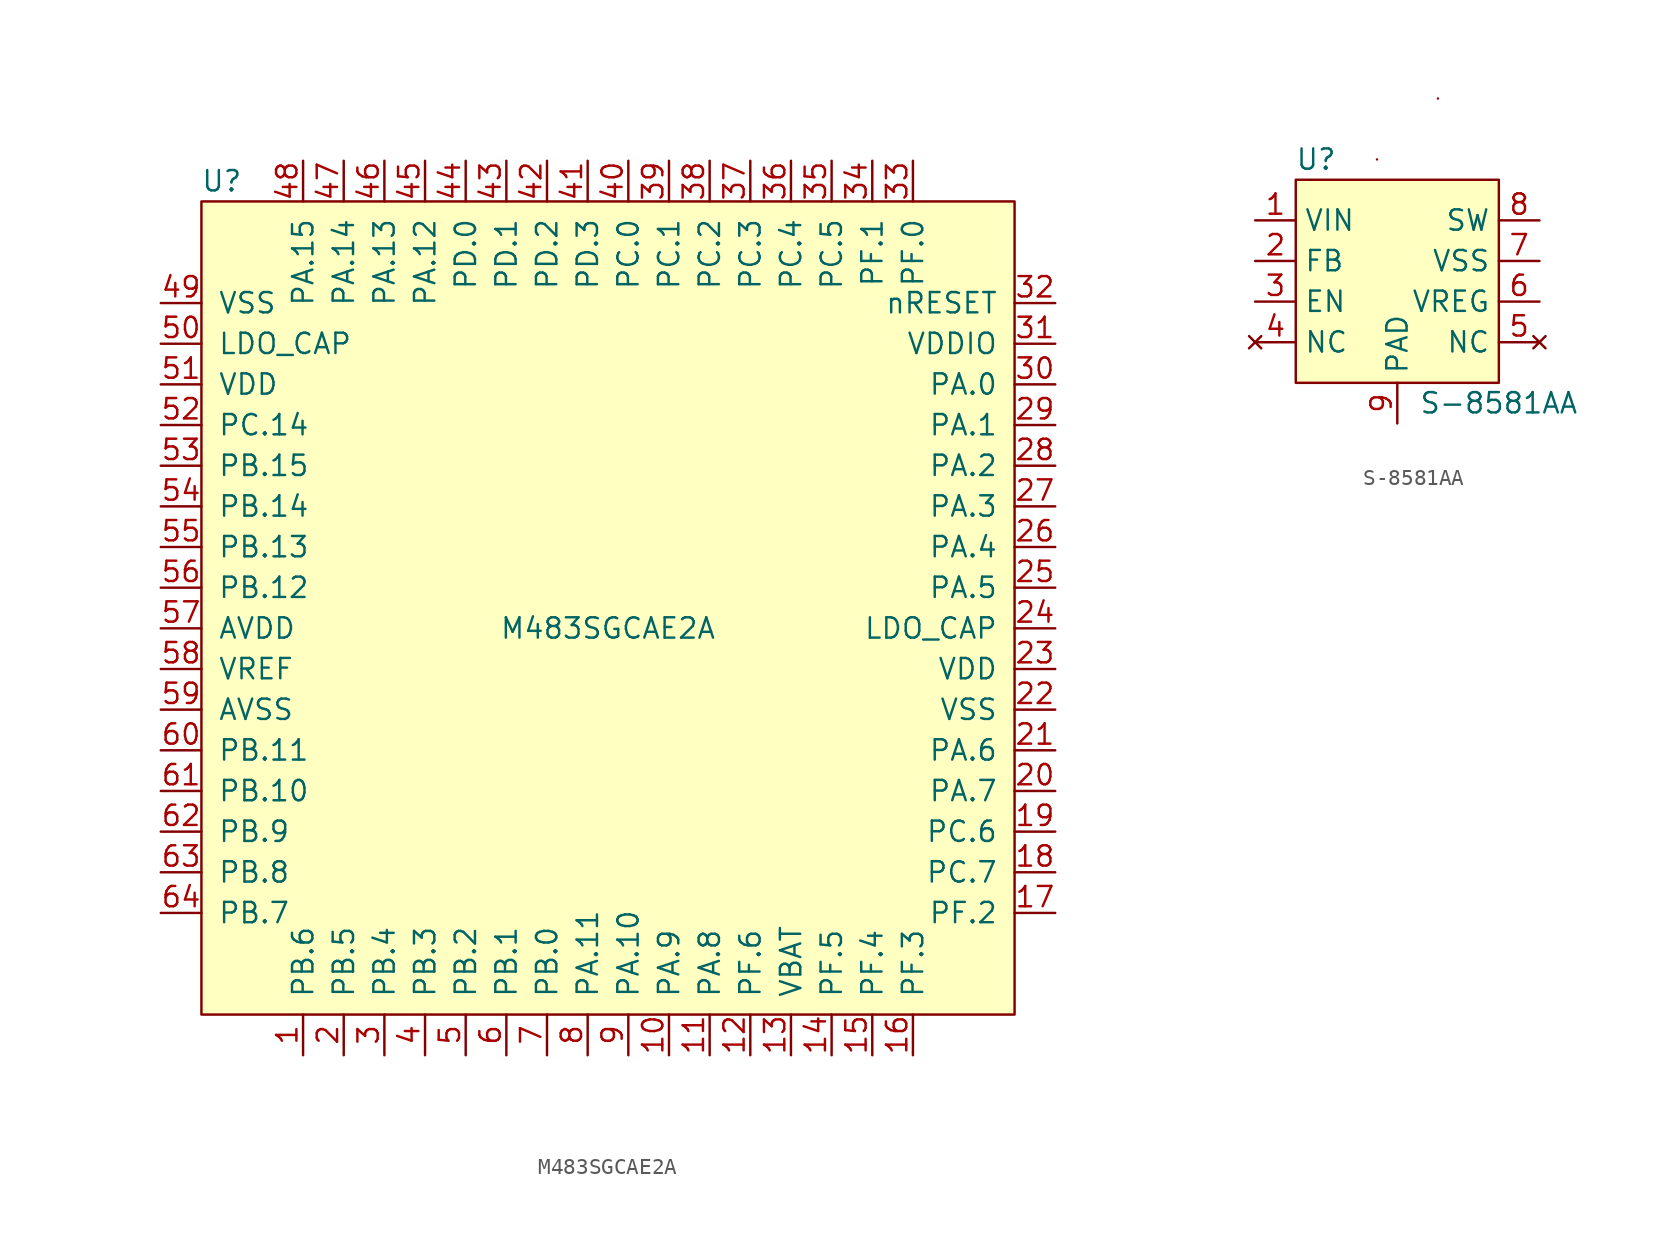
<source format=kicad_sym>
(kicad_symbol_lib
  (version 20211014)
  (generator kicad_symbol_editor)
  (symbol "M483SGCAE2A"
    (pin_names
      (offset 1.016))
    (property "Reference" "U"
      (at 1.27 1.27 0)
      (effects (font (size 1.27 1.27))))
    (property "Value" "M483SGCAE2A"
      (at 25.4 -26.67 0)
      (effects (font (size 1.27 1.27))))
    (symbol "M483SGCAE2A_0_1"
      (rectangle (start 0 0) (end 50.8 -50.8) (stroke (width 0) (type default) (color 0 0 0 0)) (fill (type background))))
    (symbol "M483SGCAE2A_1_1"
      (pin bidirectional line (at 6.35 -53.34 90) (length 2.54) (name "PB.6" (effects (font (size 1.27 1.27)))) (number "1" (effects (font (size 1.27 1.27)))))
      (pin bidirectional line (at 29.21 -53.34 90) (length 2.54) (name "PA.9" (effects (font (size 1.27 1.27)))) (number "10" (effects (font (size 1.27 1.27)))))
      (pin bidirectional line (at 31.75 -53.34 90) (length 2.54) (name "PA.8" (effects (font (size 1.27 1.27)))) (number "11" (effects (font (size 1.27 1.27)))))
      (pin bidirectional line (at 34.29 -53.34 90) (length 2.54) (name "PF.6" (effects (font (size 1.27 1.27)))) (number "12" (effects (font (size 1.27 1.27)))))
      (pin power_in line (at 36.83 -53.34 90) (length 2.54) (name "VBAT" (effects (font (size 1.27 1.27)))) (number "13" (effects (font (size 1.27 1.27)))))
      (pin bidirectional line (at 39.37 -53.34 90) (length 2.54) (name "PF.5" (effects (font (size 1.27 1.27)))) (number "14" (effects (font (size 1.27 1.27)))))
      (pin bidirectional line (at 41.91 -53.34 90) (length 2.54) (name "PF.4" (effects (font (size 1.27 1.27)))) (number "15" (effects (font (size 1.27 1.27)))))
      (pin bidirectional line (at 44.45 -53.34 90) (length 2.54) (name "PF.3" (effects (font (size 1.27 1.27)))) (number "16" (effects (font (size 1.27 1.27)))))
      (pin bidirectional line (at 53.34 -44.45 180) (length 2.54) (name "PF.2" (effects (font (size 1.27 1.27)))) (number "17" (effects (font (size 1.27 1.27)))))
      (pin bidirectional line (at 53.34 -41.91 180) (length 2.54) (name "PC.7" (effects (font (size 1.27 1.27)))) (number "18" (effects (font (size 1.27 1.27)))))
      (pin bidirectional line (at 53.34 -39.37 180) (length 2.54) (name "PC.6" (effects (font (size 1.27 1.27)))) (number "19" (effects (font (size 1.27 1.27)))))
      (pin bidirectional line (at 8.89 -53.34 90) (length 2.54) (name "PB.5" (effects (font (size 1.27 1.27)))) (number "2" (effects (font (size 1.27 1.27)))))
      (pin bidirectional line (at 53.34 -36.83 180) (length 2.54) (name "PA.7" (effects (font (size 1.27 1.27)))) (number "20" (effects (font (size 1.27 1.27)))))
      (pin bidirectional line (at 53.34 -34.29 180) (length 2.54) (name "PA.6" (effects (font (size 1.27 1.27)))) (number "21" (effects (font (size 1.27 1.27)))))
      (pin power_in line (at 53.34 -31.75 180) (length 2.54) (name "VSS" (effects (font (size 1.27 1.27)))) (number "22" (effects (font (size 1.27 1.27)))))
      (pin power_in line (at 53.34 -29.21 180) (length 2.54) (name "VDD" (effects (font (size 1.27 1.27)))) (number "23" (effects (font (size 1.27 1.27)))))
      (pin unspecified line (at 53.34 -26.67 180) (length 2.54) (name "LDO_CAP" (effects (font (size 1.27 1.27)))) (number "24" (effects (font (size 1.27 1.27)))))
      (pin bidirectional line (at 53.34 -24.13 180) (length 2.54) (name "PA.5" (effects (font (size 1.27 1.27)))) (number "25" (effects (font (size 1.27 1.27)))))
      (pin bidirectional line (at 53.34 -21.59 180) (length 2.54) (name "PA.4" (effects (font (size 1.27 1.27)))) (number "26" (effects (font (size 1.27 1.27)))))
      (pin bidirectional line (at 53.34 -19.05 180) (length 2.54) (name "PA.3" (effects (font (size 1.27 1.27)))) (number "27" (effects (font (size 1.27 1.27)))))
      (pin bidirectional line (at 53.34 -16.51 180) (length 2.54) (name "PA.2" (effects (font (size 1.27 1.27)))) (number "28" (effects (font (size 1.27 1.27)))))
      (pin bidirectional line (at 53.34 -13.97 180) (length 2.54) (name "PA.1" (effects (font (size 1.27 1.27)))) (number "29" (effects (font (size 1.27 1.27)))))
      (pin bidirectional line (at 11.43 -53.34 90) (length 2.54) (name "PB.4" (effects (font (size 1.27 1.27)))) (number "3" (effects (font (size 1.27 1.27)))))
      (pin bidirectional line (at 53.34 -11.43 180) (length 2.54) (name "PA.0" (effects (font (size 1.27 1.27)))) (number "30" (effects (font (size 1.27 1.27)))))
      (pin bidirectional line (at 53.34 -8.89 180) (length 2.54) (name "VDDIO" (effects (font (size 1.27 1.27)))) (number "31" (effects (font (size 1.27 1.27)))))
      (pin input line (at 53.34 -6.35 180) (length 2.54) (name "nRESET" (effects (font (size 1.27 1.27)))) (number "32" (effects (font (size 1.27 1.27)))))
      (pin bidirectional line (at 44.45 2.54 270) (length 2.54) (name "PF.0" (effects (font (size 1.27 1.27)))) (number "33" (effects (font (size 1.27 1.27)))))
      (pin bidirectional line (at 41.91 2.54 270) (length 2.54) (name "PF.1" (effects (font (size 1.27 1.27)))) (number "34" (effects (font (size 1.27 1.27)))))
      (pin bidirectional line (at 39.37 2.54 270) (length 2.54) (name "PC.5" (effects (font (size 1.27 1.27)))) (number "35" (effects (font (size 1.27 1.27)))))
      (pin bidirectional line (at 36.83 2.54 270) (length 2.54) (name "PC.4" (effects (font (size 1.27 1.27)))) (number "36" (effects (font (size 1.27 1.27)))))
      (pin bidirectional line (at 34.29 2.54 270) (length 2.54) (name "PC.3" (effects (font (size 1.27 1.27)))) (number "37" (effects (font (size 1.27 1.27)))))
      (pin bidirectional line (at 31.75 2.54 270) (length 2.54) (name "PC.2" (effects (font (size 1.27 1.27)))) (number "38" (effects (font (size 1.27 1.27)))))
      (pin bidirectional line (at 29.21 2.54 270) (length 2.54) (name "PC.1" (effects (font (size 1.27 1.27)))) (number "39" (effects (font (size 1.27 1.27)))))
      (pin bidirectional line (at 13.97 -53.34 90) (length 2.54) (name "PB.3" (effects (font (size 1.27 1.27)))) (number "4" (effects (font (size 1.27 1.27)))))
      (pin bidirectional line (at 26.67 2.54 270) (length 2.54) (name "PC.0" (effects (font (size 1.27 1.27)))) (number "40" (effects (font (size 1.27 1.27)))))
      (pin bidirectional line (at 24.13 2.54 270) (length 2.54) (name "PD.3" (effects (font (size 1.27 1.27)))) (number "41" (effects (font (size 1.27 1.27)))))
      (pin bidirectional line (at 21.59 2.54 270) (length 2.54) (name "PD.2" (effects (font (size 1.27 1.27)))) (number "42" (effects (font (size 1.27 1.27)))))
      (pin bidirectional line (at 19.05 2.54 270) (length 2.54) (name "PD.1" (effects (font (size 1.27 1.27)))) (number "43" (effects (font (size 1.27 1.27)))))
      (pin bidirectional line (at 16.51 2.54 270) (length 2.54) (name "PD.0" (effects (font (size 1.27 1.27)))) (number "44" (effects (font (size 1.27 1.27)))))
      (pin bidirectional line (at 13.97 2.54 270) (length 2.54) (name "PA.12" (effects (font (size 1.27 1.27)))) (number "45" (effects (font (size 1.27 1.27)))))
      (pin bidirectional line (at 11.43 2.54 270) (length 2.54) (name "PA.13" (effects (font (size 1.27 1.27)))) (number "46" (effects (font (size 1.27 1.27)))))
      (pin bidirectional line (at 8.89 2.54 270) (length 2.54) (name "PA.14" (effects (font (size 1.27 1.27)))) (number "47" (effects (font (size 1.27 1.27)))))
      (pin bidirectional line (at 6.35 2.54 270) (length 2.54) (name "PA.15" (effects (font (size 1.27 1.27)))) (number "48" (effects (font (size 1.27 1.27)))))
      (pin power_in line (at -2.54 -6.35 0) (length 2.54) (name "VSS" (effects (font (size 1.27 1.27)))) (number "49" (effects (font (size 1.27 1.27)))))
      (pin bidirectional line (at 16.51 -53.34 90) (length 2.54) (name "PB.2" (effects (font (size 1.27 1.27)))) (number "5" (effects (font (size 1.27 1.27)))))
      (pin unspecified line (at -2.54 -8.89 0) (length 2.54) (name "LDO_CAP" (effects (font (size 1.27 1.27)))) (number "50" (effects (font (size 1.27 1.27)))))
      (pin power_in line (at -2.54 -11.43 0) (length 2.54) (name "VDD" (effects (font (size 1.27 1.27)))) (number "51" (effects (font (size 1.27 1.27)))))
      (pin bidirectional line (at -2.54 -13.97 0) (length 2.54) (name "PC.14" (effects (font (size 1.27 1.27)))) (number "52" (effects (font (size 1.27 1.27)))))
      (pin bidirectional line (at -2.54 -16.51 0) (length 2.54) (name "PB.15" (effects (font (size 1.27 1.27)))) (number "53" (effects (font (size 1.27 1.27)))))
      (pin bidirectional line (at -2.54 -19.05 0) (length 2.54) (name "PB.14" (effects (font (size 1.27 1.27)))) (number "54" (effects (font (size 1.27 1.27)))))
      (pin bidirectional line (at -2.54 -21.59 0) (length 2.54) (name "PB.13" (effects (font (size 1.27 1.27)))) (number "55" (effects (font (size 1.27 1.27)))))
      (pin bidirectional line (at -2.54 -24.13 0) (length 2.54) (name "PB.12" (effects (font (size 1.27 1.27)))) (number "56" (effects (font (size 1.27 1.27)))))
      (pin power_in line (at -2.54 -26.67 0) (length 2.54) (name "AVDD" (effects (font (size 1.27 1.27)))) (number "57" (effects (font (size 1.27 1.27)))))
      (pin input line (at -2.54 -29.21 0) (length 2.54) (name "VREF" (effects (font (size 1.27 1.27)))) (number "58" (effects (font (size 1.27 1.27)))))
      (pin power_in line (at -2.54 -31.75 0) (length 2.54) (name "AVSS" (effects (font (size 1.27 1.27)))) (number "59" (effects (font (size 1.27 1.27)))))
      (pin bidirectional line (at 19.05 -53.34 90) (length 2.54) (name "PB.1" (effects (font (size 1.27 1.27)))) (number "6" (effects (font (size 1.27 1.27)))))
      (pin bidirectional line (at -2.54 -34.29 0) (length 2.54) (name "PB.11" (effects (font (size 1.27 1.27)))) (number "60" (effects (font (size 1.27 1.27)))))
      (pin bidirectional line (at -2.54 -36.83 0) (length 2.54) (name "PB.10" (effects (font (size 1.27 1.27)))) (number "61" (effects (font (size 1.27 1.27)))))
      (pin bidirectional line (at -2.54 -39.37 0) (length 2.54) (name "PB.9" (effects (font (size 1.27 1.27)))) (number "62" (effects (font (size 1.27 1.27)))))
      (pin bidirectional line (at -2.54 -41.91 0) (length 2.54) (name "PB.8" (effects (font (size 1.27 1.27)))) (number "63" (effects (font (size 1.27 1.27)))))
      (pin bidirectional line (at -2.54 -44.45 0) (length 2.54) (name "PB.7" (effects (font (size 1.27 1.27)))) (number "64" (effects (font (size 1.27 1.27)))))
      (pin bidirectional line (at 21.59 -53.34 90) (length 2.54) (name "PB.0" (effects (font (size 1.27 1.27)))) (number "7" (effects (font (size 1.27 1.27)))))
      (pin bidirectional line (at 24.13 -53.34 90) (length 2.54) (name "PA.11" (effects (font (size 1.27 1.27)))) (number "8" (effects (font (size 1.27 1.27)))))
      (pin bidirectional line (at 26.67 -53.34 90) (length 2.54) (name "PA.10" (effects (font (size 1.27 1.27)))) (number "9" (effects (font (size 1.27 1.27)))))))
  (symbol "S-8581AA"
    (property "Reference" "U"
      (at 1.27 1.27 0)
      (effects (font (size 1.27 1.27))))
    (property "Value" "S-8581AA"
      (at 12.7 -13.97 0)
      (effects (font (size 1.27 1.27))))
    (symbol "S-8581AA_0_1"
      (rectangle (start 0 0) (end 12.7 -12.7) (stroke (width 0.152) (type default) (color 0 0 0 0)) (fill (type background)))
      (rectangle (start 5.08 1.27) (end 5.08 1.27) (stroke (width 0.152) (type default) (color 0 0 0 0)) (fill (type none)))
      (rectangle (start 8.89 5.08) (end 8.89 5.08) (stroke (width 0.152) (type default) (color 0 0 0 0)) (fill (type none))))
    (symbol "S-8581AA_1_1"
      (pin power_in line (at -2.54 -2.54 0) (length 2.54) (name "VIN" (effects (font (size 1.27 1.27)))) (number "1" (effects (font (size 1.27 1.27)))))
      (pin input line (at -2.54 -5.08 0) (length 2.54) (name "FB" (effects (font (size 1.27 1.27)))) (number "2" (effects (font (size 1.27 1.27)))))
      (pin input line (at -2.54 -7.62 0) (length 2.54) (name "EN" (effects (font (size 1.27 1.27)))) (number "3" (effects (font (size 1.27 1.27)))))
      (pin no_connect line (at -2.54 -10.16 0) (length 2.54) (name "NC" (effects (font (size 1.27 1.27)))) (number "4" (effects (font (size 1.27 1.27)))))
      (pin no_connect line (at 15.24 -10.16 180) (length 2.54) (name "NC" (effects (font (size 1.27 1.27)))) (number "5" (effects (font (size 1.27 1.27)))))
      (pin passive line (at 15.24 -7.62 180) (length 2.54) (name "VREG" (effects (font (size 1.27 1.27)))) (number "6" (effects (font (size 1.27 1.27)))))
      (pin bidirectional line (at 15.24 -5.08 180) (length 2.54) (name "VSS" (effects (font (size 1.27 1.27)))) (number "7" (effects (font (size 1.27 1.27)))))
      (pin power_out line (at 15.24 -2.54 180) (length 2.54) (name "SW" (effects (font (size 1.27 1.27)))) (number "8" (effects (font (size 1.27 1.27)))))
      (pin bidirectional line (at 6.35 -15.24 90) (length 2.54) (name "PAD" (effects (font (size 1.27 1.27)))) (number "9" (effects (font (size 1.27 1.27))))))))
</source>
